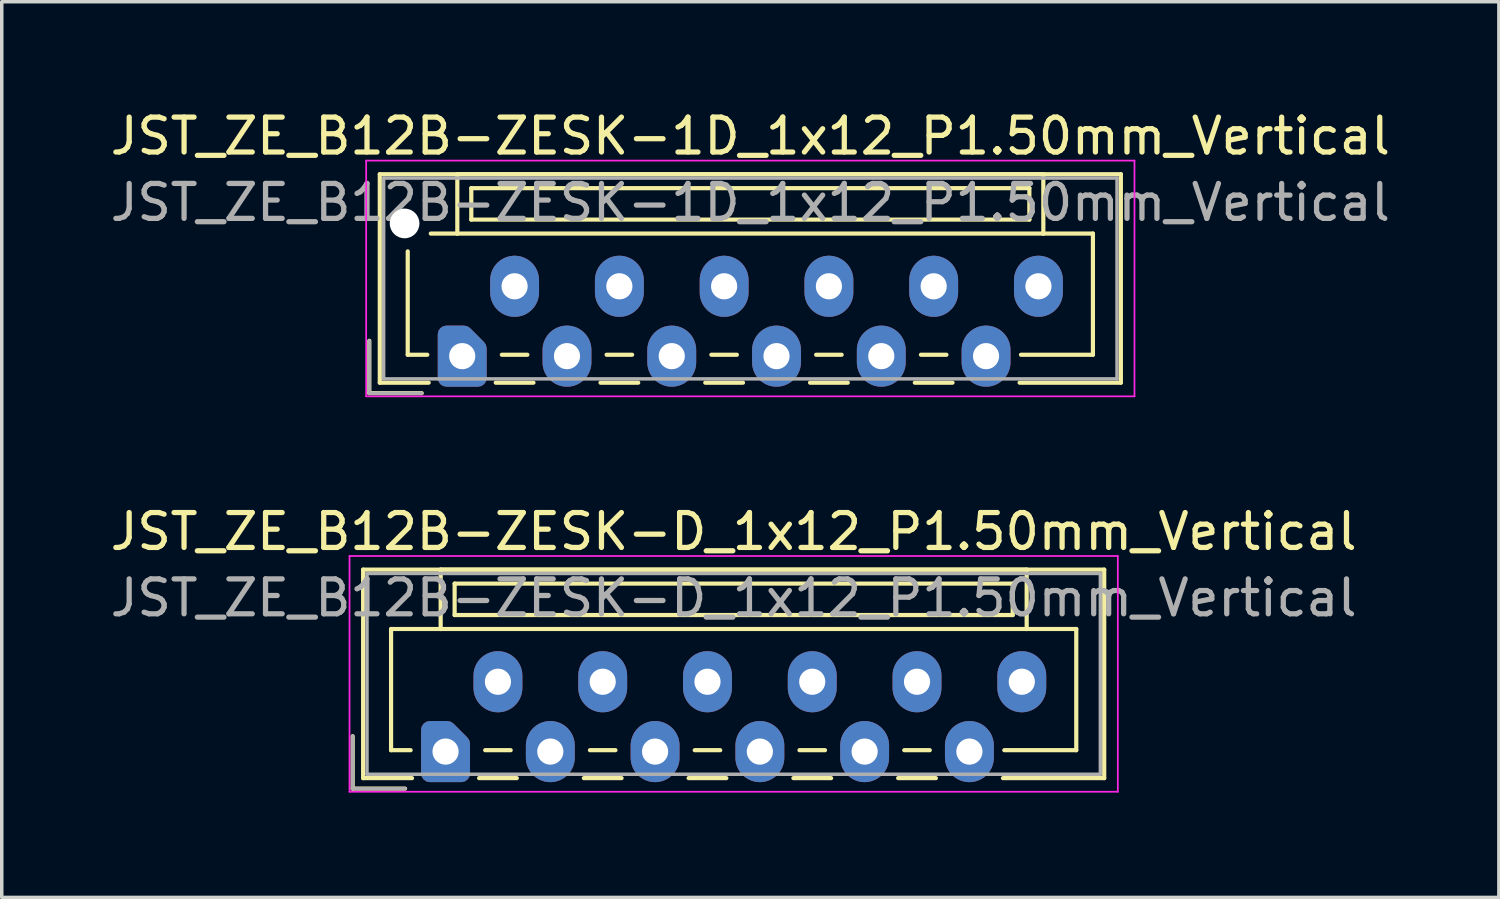
<source format=kicad_pcb>
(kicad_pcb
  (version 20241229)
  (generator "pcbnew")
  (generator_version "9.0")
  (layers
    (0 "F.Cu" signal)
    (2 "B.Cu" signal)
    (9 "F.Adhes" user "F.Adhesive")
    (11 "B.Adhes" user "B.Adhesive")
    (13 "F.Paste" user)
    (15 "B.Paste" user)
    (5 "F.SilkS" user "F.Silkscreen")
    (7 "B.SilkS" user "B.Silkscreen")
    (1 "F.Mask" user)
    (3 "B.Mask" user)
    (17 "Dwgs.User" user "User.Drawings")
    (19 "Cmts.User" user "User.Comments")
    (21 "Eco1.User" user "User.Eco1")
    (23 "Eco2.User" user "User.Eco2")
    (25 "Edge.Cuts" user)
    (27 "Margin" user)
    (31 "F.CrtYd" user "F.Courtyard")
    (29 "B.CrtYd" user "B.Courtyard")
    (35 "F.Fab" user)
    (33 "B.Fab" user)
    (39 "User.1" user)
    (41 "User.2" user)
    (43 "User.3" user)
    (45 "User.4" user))
  (footprint "JST_ZE_B12B-ZESK-D_1x12_P1.50mm_Vertical"
    (layer "F.Cu")
    (at 9.708 18.471)
    (property "Reference" "JST_ZE_B12B-ZESK-D_1x12_P1.50mm_Vertical" (at 8.25 -6.3 0) (layer "F.SilkS") (effects (font (size 1 1) (thickness 0.15))))
    (attr through_hole)
    (fp_line (start -2.66 -0.44) (end -2.66 1.06) (stroke (width 0.12) (type solid)) (layer "F.SilkS"))
    (fp_line (start -2.66 1.06) (end -1.16 1.06) (stroke (width 0.12) (type solid)) (layer "F.SilkS"))
    (fp_line (start -2.36 -5.21) (end 18.86 -5.21) (stroke (width 0.12) (type solid)) (layer "F.SilkS"))
    (fp_line (start -2.36 0.76) (end -2.36 -5.21) (stroke (width 0.12) (type solid)) (layer "F.SilkS"))
    (fp_line (start -1.56 -3.51) (end -1.56 -0.04) (stroke (width 0.12) (type solid)) (layer "F.SilkS"))
    (fp_line (start -1.56 -0.04) (end -1 -0.04) (stroke (width 0.12) (type solid)) (layer "F.SilkS"))
    (fp_line (start -0.96 0.76) (end -2.36 0.76) (stroke (width 0.12) (type solid)) (layer "F.SilkS"))
    (fp_line (start -0.14 -5.21) (end -0.14 -3.51) (stroke (width 0.12) (type solid)) (layer "F.SilkS"))
    (fp_line (start -0.14 -3.51) (end -1.56 -3.51) (stroke (width 0.12) (type solid)) (layer "F.SilkS"))
    (fp_line (start -0.14 -3.51) (end 16.64 -3.51) (stroke (width 0.12) (type solid)) (layer "F.SilkS"))
    (fp_line (start 0.26 -4.81) (end 0.26 -3.91) (stroke (width 0.12) (type solid)) (layer "F.SilkS"))
    (fp_line (start 0.26 -3.91) (end 16.24 -3.91) (stroke (width 0.12) (type solid)) (layer "F.SilkS"))
    (fp_line (start 0.96 0.76) (end 2.04 0.76) (stroke (width 0.12) (type solid)) (layer "F.SilkS"))
    (fp_line (start 1.135 -0.04) (end 1.865 -0.04) (stroke (width 0.12) (type solid)) (layer "F.SilkS"))
    (fp_line (start 3.96 0.76) (end 5.04 0.76) (stroke (width 0.12) (type solid)) (layer "F.SilkS"))
    (fp_line (start 4.135 -0.04) (end 4.865 -0.04) (stroke (width 0.12) (type solid)) (layer "F.SilkS"))
    (fp_line (start 6.96 0.76) (end 8.04 0.76) (stroke (width 0.12) (type solid)) (layer "F.SilkS"))
    (fp_line (start 7.135 -0.04) (end 7.865 -0.04) (stroke (width 0.12) (type solid)) (layer "F.SilkS"))
    (fp_line (start 9.96 0.76) (end 11.04 0.76) (stroke (width 0.12) (type solid)) (layer "F.SilkS"))
    (fp_line (start 10.135 -0.04) (end 10.865 -0.04) (stroke (width 0.12) (type solid)) (layer "F.SilkS"))
    (fp_line (start 12.96 0.76) (end 14.04 0.76) (stroke (width 0.12) (type solid)) (layer "F.SilkS"))
    (fp_line (start 13.135 -0.04) (end 13.865 -0.04) (stroke (width 0.12) (type solid)) (layer "F.SilkS"))
    (fp_line (start 16.24 -4.81) (end 0.26 -4.81) (stroke (width 0.12) (type solid)) (layer "F.SilkS"))
    (fp_line (start 16.24 -3.91) (end 16.24 -4.81) (stroke (width 0.12) (type solid)) (layer "F.SilkS"))
    (fp_line (start 16.64 -5.21) (end -0.14 -5.21) (stroke (width 0.12) (type solid)) (layer "F.SilkS"))
    (fp_line (start 16.64 -3.51) (end 16.64 -5.21) (stroke (width 0.12) (type solid)) (layer "F.SilkS"))
    (fp_line (start 16.64 -3.51) (end 18.06 -3.51) (stroke (width 0.12) (type solid)) (layer "F.SilkS"))
    (fp_line (start 18.06 -3.51) (end 18.06 -0.04) (stroke (width 0.12) (type solid)) (layer "F.SilkS"))
    (fp_line (start 18.06 -0.04) (end 16 -0.04) (stroke (width 0.12) (type solid)) (layer "F.SilkS"))
    (fp_line (start 18.86 -5.21) (end 18.86 0.76) (stroke (width 0.12) (type solid)) (layer "F.SilkS"))
    (fp_line (start 18.86 0.76) (end 15.96 0.76) (stroke (width 0.12) (type solid)) (layer "F.SilkS"))
    (fp_line (start -2.75 -5.6) (end -2.75 1.15) (stroke (width 0.05) (type solid)) (layer "F.CrtYd"))
    (fp_line (start -2.75 1.15) (end 19.25 1.15) (stroke (width 0.05) (type solid)) (layer "F.CrtYd"))
    (fp_line (start 19.25 -5.6) (end -2.75 -5.6) (stroke (width 0.05) (type solid)) (layer "F.CrtYd"))
    (fp_line (start 19.25 1.15) (end 19.25 -5.6) (stroke (width 0.05) (type solid)) (layer "F.CrtYd"))
    (fp_line (start -2.66 -0.44) (end -2.66 1.06) (stroke (width 0.1) (type solid)) (layer "F.Fab"))
    (fp_line (start -2.66 1.06) (end -1.16 1.06) (stroke (width 0.1) (type solid)) (layer "F.Fab"))
    (fp_line (start -2.25 -5.1) (end -2.25 0.65) (stroke (width 0.1) (type solid)) (layer "F.Fab"))
    (fp_line (start -2.25 0.65) (end 18.75 0.65) (stroke (width 0.1) (type solid)) (layer "F.Fab"))
    (fp_line (start 18.75 -5.1) (end -2.25 -5.1) (stroke (width 0.1) (type solid)) (layer "F.Fab"))
    (fp_line (start 18.75 0.65) (end 18.75 -5.1) (stroke (width 0.1) (type solid)) (layer "F.Fab"))
    (fp_text user "${REFERENCE}" (at 8.25 -4.4 0) (layer "F.Fab") (effects (font (size 1 1) (thickness 0.15))))
    (pad "1" thru_hole custom (at 0 0) (size 1.117 1.117) (drill 0.75) (layers "*.Cu" "*.Mask") (options (anchor circle)) (primitives (gr_poly (pts (xy -0.45 -0.625) (xy 0.05 -0.625) (xy 0.45 -0.225) (xy 0.45 0.625) (xy -0.45 0.625)) (width 0.5) (fill yes))))
    (pad "2" thru_hole oval (at 1.5 -2) (size 1.4 1.75) (drill 0.75) (layers "*.Cu" "*.Mask"))
    (pad "3" thru_hole oval (at 3 0) (size 1.4 1.75) (drill 0.75) (layers "*.Cu" "*.Mask"))
    (pad "4" thru_hole oval (at 4.5 -2) (size 1.4 1.75) (drill 0.75) (layers "*.Cu" "*.Mask"))
    (pad "5" thru_hole oval (at 6 0) (size 1.4 1.75) (drill 0.75) (layers "*.Cu" "*.Mask"))
    (pad "6" thru_hole oval (at 7.5 -2) (size 1.4 1.75) (drill 0.75) (layers "*.Cu" "*.Mask"))
    (pad "7" thru_hole oval (at 9 0) (size 1.4 1.75) (drill 0.75) (layers "*.Cu" "*.Mask"))
    (pad "8" thru_hole oval (at 10.5 -2) (size 1.4 1.75) (drill 0.75) (layers "*.Cu" "*.Mask"))
    (pad "9" thru_hole oval (at 12 0) (size 1.4 1.75) (drill 0.75) (layers "*.Cu" "*.Mask"))
    (pad "10" thru_hole oval (at 13.5 -2) (size 1.4 1.75) (drill 0.75) (layers "*.Cu" "*.Mask"))
    (pad "11" thru_hole oval (at 15 0) (size 1.4 1.75) (drill 0.75) (layers "*.Cu" "*.Mask"))
    (pad "12" thru_hole oval (at 16.5 -2) (size 1.4 1.75) (drill 0.75) (layers "*.Cu" "*.Mask")))
  (footprint "JST_ZE_B12B-ZESK-1D_1x12_P1.50mm_Vertical"
    (layer "F.Cu")
    (at 10.185 7.148)
    (property "Reference" "JST_ZE_B12B-ZESK-1D_1x12_P1.50mm_Vertical" (at 8.25 -6.3 0) (layer "F.SilkS") (effects (font (size 1 1) (thickness 0.15))))
    (attr through_hole)
    (fp_line (start -2.66 -0.44) (end -2.66 1.06) (stroke (width 0.12) (type solid)) (layer "F.SilkS"))
    (fp_line (start -2.66 1.06) (end -1.16 1.06) (stroke (width 0.12) (type solid)) (layer "F.SilkS"))
    (fp_line (start -2.36 -5.21) (end 18.86 -5.21) (stroke (width 0.12) (type solid)) (layer "F.SilkS"))
    (fp_line (start -2.36 0.76) (end -2.36 -5.21) (stroke (width 0.12) (type solid)) (layer "F.SilkS"))
    (fp_line (start -1.56 -3) (end -1.56 -0.04) (stroke (width 0.12) (type solid)) (layer "F.SilkS"))
    (fp_line (start -1.56 -0.04) (end -1 -0.04) (stroke (width 0.12) (type solid)) (layer "F.SilkS"))
    (fp_line (start -0.96 0.76) (end -2.36 0.76) (stroke (width 0.12) (type solid)) (layer "F.SilkS"))
    (fp_line (start -0.14 -5.21) (end -0.14 -3.51) (stroke (width 0.12) (type solid)) (layer "F.SilkS"))
    (fp_line (start -0.14 -3.51) (end -0.9 -3.51) (stroke (width 0.12) (type solid)) (layer "F.SilkS"))
    (fp_line (start -0.14 -3.51) (end 16.64 -3.51) (stroke (width 0.12) (type solid)) (layer "F.SilkS"))
    (fp_line (start 0.26 -4.81) (end 0.26 -3.91) (stroke (width 0.12) (type solid)) (layer "F.SilkS"))
    (fp_line (start 0.26 -3.91) (end 16.24 -3.91) (stroke (width 0.12) (type solid)) (layer "F.SilkS"))
    (fp_line (start 0.96 0.76) (end 2.04 0.76) (stroke (width 0.12) (type solid)) (layer "F.SilkS"))
    (fp_line (start 1.135 -0.04) (end 1.865 -0.04) (stroke (width 0.12) (type solid)) (layer "F.SilkS"))
    (fp_line (start 3.96 0.76) (end 5.04 0.76) (stroke (width 0.12) (type solid)) (layer "F.SilkS"))
    (fp_line (start 4.135 -0.04) (end 4.865 -0.04) (stroke (width 0.12) (type solid)) (layer "F.SilkS"))
    (fp_line (start 6.96 0.76) (end 8.04 0.76) (stroke (width 0.12) (type solid)) (layer "F.SilkS"))
    (fp_line (start 7.135 -0.04) (end 7.865 -0.04) (stroke (width 0.12) (type solid)) (layer "F.SilkS"))
    (fp_line (start 9.96 0.76) (end 11.04 0.76) (stroke (width 0.12) (type solid)) (layer "F.SilkS"))
    (fp_line (start 10.135 -0.04) (end 10.865 -0.04) (stroke (width 0.12) (type solid)) (layer "F.SilkS"))
    (fp_line (start 12.96 0.76) (end 14.04 0.76) (stroke (width 0.12) (type solid)) (layer "F.SilkS"))
    (fp_line (start 13.135 -0.04) (end 13.865 -0.04) (stroke (width 0.12) (type solid)) (layer "F.SilkS"))
    (fp_line (start 16.24 -4.81) (end 0.26 -4.81) (stroke (width 0.12) (type solid)) (layer "F.SilkS"))
    (fp_line (start 16.24 -3.91) (end 16.24 -4.81) (stroke (width 0.12) (type solid)) (layer "F.SilkS"))
    (fp_line (start 16.64 -5.21) (end -0.14 -5.21) (stroke (width 0.12) (type solid)) (layer "F.SilkS"))
    (fp_line (start 16.64 -3.51) (end 16.64 -5.21) (stroke (width 0.12) (type solid)) (layer "F.SilkS"))
    (fp_line (start 16.64 -3.51) (end 18.06 -3.51) (stroke (width 0.12) (type solid)) (layer "F.SilkS"))
    (fp_line (start 18.06 -3.51) (end 18.06 -0.04) (stroke (width 0.12) (type solid)) (layer "F.SilkS"))
    (fp_line (start 18.06 -0.04) (end 16 -0.04) (stroke (width 0.12) (type solid)) (layer "F.SilkS"))
    (fp_line (start 18.86 -5.21) (end 18.86 0.76) (stroke (width 0.12) (type solid)) (layer "F.SilkS"))
    (fp_line (start 18.86 0.76) (end 15.96 0.76) (stroke (width 0.12) (type solid)) (layer "F.SilkS"))
    (fp_line (start -2.75 -5.6) (end -2.75 1.15) (stroke (width 0.05) (type solid)) (layer "F.CrtYd"))
    (fp_line (start -2.75 1.15) (end 19.25 1.15) (stroke (width 0.05) (type solid)) (layer "F.CrtYd"))
    (fp_line (start 19.25 -5.6) (end -2.75 -5.6) (stroke (width 0.05) (type solid)) (layer "F.CrtYd"))
    (fp_line (start 19.25 1.15) (end 19.25 -5.6) (stroke (width 0.05) (type solid)) (layer "F.CrtYd"))
    (fp_line (start -2.66 -0.44) (end -2.66 1.06) (stroke (width 0.1) (type solid)) (layer "F.Fab"))
    (fp_line (start -2.66 1.06) (end -1.16 1.06) (stroke (width 0.1) (type solid)) (layer "F.Fab"))
    (fp_line (start -2.25 -5.1) (end -2.25 0.65) (stroke (width 0.1) (type solid)) (layer "F.Fab"))
    (fp_line (start -2.25 0.65) (end 18.75 0.65) (stroke (width 0.1) (type solid)) (layer "F.Fab"))
    (fp_line (start 18.75 -5.1) (end -2.25 -5.1) (stroke (width 0.1) (type solid)) (layer "F.Fab"))
    (fp_line (start 18.75 0.65) (end 18.75 -5.1) (stroke (width 0.1) (type solid)) (layer "F.Fab"))
    (fp_text user "${REFERENCE}" (at 8.25 -4.4 0) (layer "F.Fab") (effects (font (size 1 1) (thickness 0.15))))
    (pad "" np_thru_hole circle (at -1.65 -3.8) (size 0.85 0.85) (drill 0.85) (layers "*.Cu" "*.Mask"))
    (pad "1" thru_hole custom (at 0 0) (size 1.117 1.117) (drill 0.75) (layers "*.Cu" "*.Mask") (options (anchor circle)) (primitives (gr_poly (pts (xy -0.45 -0.625) (xy 0.05 -0.625) (xy 0.45 -0.225) (xy 0.45 0.625) (xy -0.45 0.625)) (width 0.5) (fill yes))))
    (pad "2" thru_hole oval (at 1.5 -2) (size 1.4 1.75) (drill 0.75) (layers "*.Cu" "*.Mask"))
    (pad "3" thru_hole oval (at 3 0) (size 1.4 1.75) (drill 0.75) (layers "*.Cu" "*.Mask"))
    (pad "4" thru_hole oval (at 4.5 -2) (size 1.4 1.75) (drill 0.75) (layers "*.Cu" "*.Mask"))
    (pad "5" thru_hole oval (at 6 0) (size 1.4 1.75) (drill 0.75) (layers "*.Cu" "*.Mask"))
    (pad "6" thru_hole oval (at 7.5 -2) (size 1.4 1.75) (drill 0.75) (layers "*.Cu" "*.Mask"))
    (pad "7" thru_hole oval (at 9 0) (size 1.4 1.75) (drill 0.75) (layers "*.Cu" "*.Mask"))
    (pad "8" thru_hole oval (at 10.5 -2) (size 1.4 1.75) (drill 0.75) (layers "*.Cu" "*.Mask"))
    (pad "9" thru_hole oval (at 12 0) (size 1.4 1.75) (drill 0.75) (layers "*.Cu" "*.Mask"))
    (pad "10" thru_hole oval (at 13.5 -2) (size 1.4 1.75) (drill 0.75) (layers "*.Cu" "*.Mask"))
    (pad "11" thru_hole oval (at 15 0) (size 1.4 1.75) (drill 0.75) (layers "*.Cu" "*.Mask"))
    (pad "12" thru_hole oval (at 16.5 -2) (size 1.4 1.75) (drill 0.75) (layers "*.Cu" "*.Mask")))
  (gr_rect
    (start -3 -3)
    (end 39.869 22.646)
    (stroke (width 0.1) (type default))
    (fill no)
    (layer "Edge.Cuts")))
</source>
